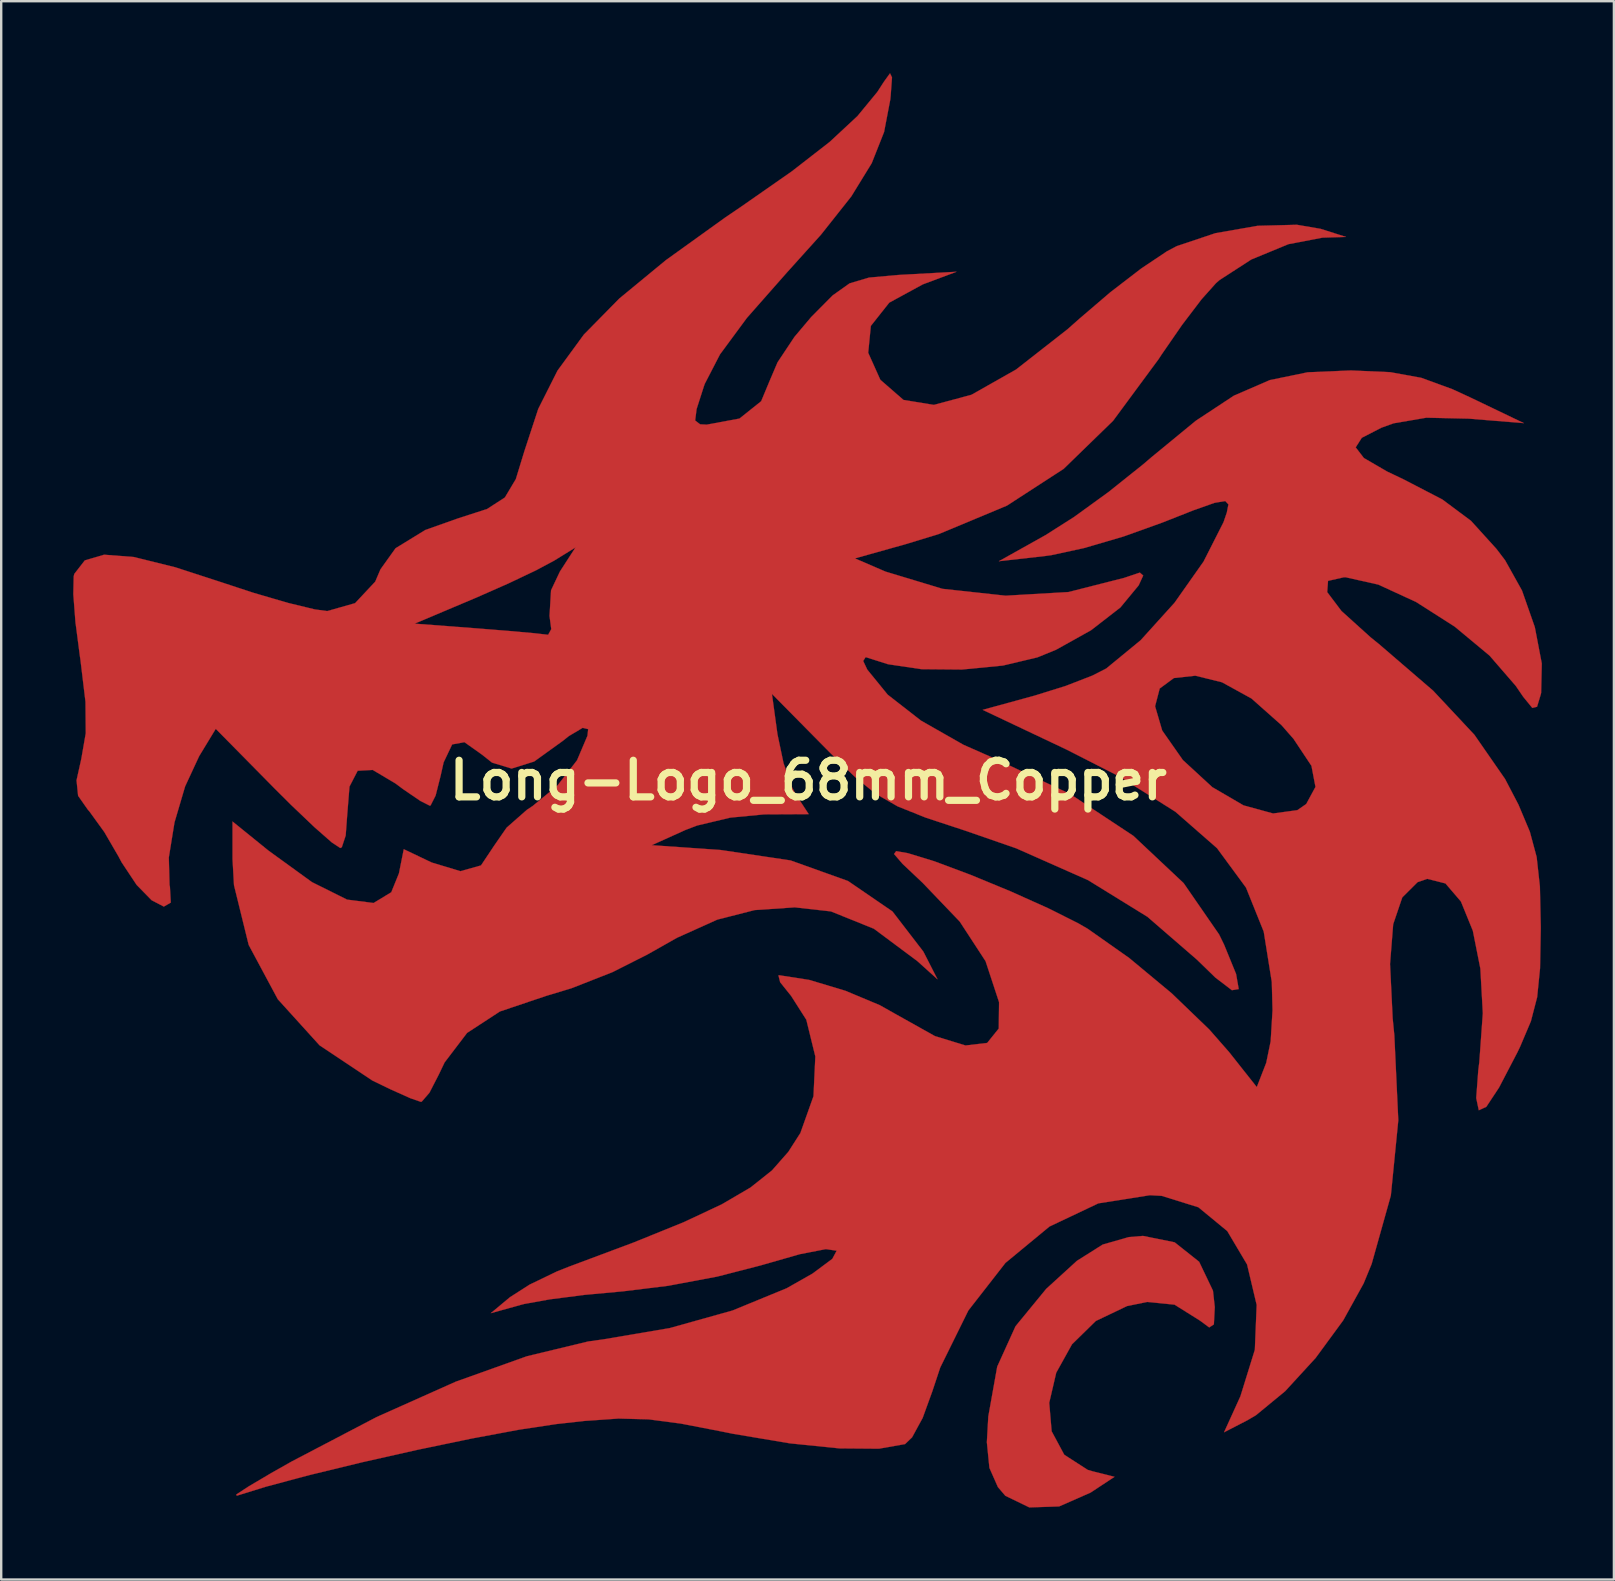
<source format=kicad_pcb>
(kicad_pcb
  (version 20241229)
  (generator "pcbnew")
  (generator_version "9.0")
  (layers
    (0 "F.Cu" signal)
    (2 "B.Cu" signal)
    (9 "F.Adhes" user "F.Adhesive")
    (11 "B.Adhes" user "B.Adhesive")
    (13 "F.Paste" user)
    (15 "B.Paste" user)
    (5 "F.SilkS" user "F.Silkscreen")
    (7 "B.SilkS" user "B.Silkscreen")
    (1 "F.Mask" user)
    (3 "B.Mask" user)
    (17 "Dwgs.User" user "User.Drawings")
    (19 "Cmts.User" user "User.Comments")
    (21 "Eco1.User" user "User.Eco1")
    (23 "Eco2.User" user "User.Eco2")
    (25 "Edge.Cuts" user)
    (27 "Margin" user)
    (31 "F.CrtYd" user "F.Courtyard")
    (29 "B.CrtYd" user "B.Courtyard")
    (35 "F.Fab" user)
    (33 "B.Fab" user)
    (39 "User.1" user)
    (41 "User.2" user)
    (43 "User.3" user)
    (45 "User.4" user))
  (footprint "Long-Logo_68mm_Copper"
    (layer "F.Cu")
    (at 30.627 29.459)
    (property "Reference" "Long-Logo_68mm_Copper" (at 0 0 0) (layer "F.SilkS") (effects (font (size 1.524 1.524) (thickness 0.3))))
    (attr through_hole)
    (fp_poly (pts (xy 15.261 19.249) (xy 16.282 20.059) (xy 16.858 21.265) (xy 16.933 21.947) (xy 16.896 22.668) (xy 16.702 22.795) (xy 16.316 22.51) (xy 15.257 21.846) (xy 14.117 21.733) (xy 13.278 21.904) (xy 11.978 22.525) (xy 10.985 23.497) (xy 10.328 24.68) (xy 10.036 25.935) (xy 10.137 27.121) (xy 10.662 28.099) (xy 11.639 28.729) (xy 11.85 28.791) (xy 12.756 29.018) (xy 11.758 29.676) (xy 10.449 30.252) (xy 9.208 30.293) (xy 8.208 29.809) (xy 7.898 29.446) (xy 7.544 28.645) (xy 7.438 27.577) (xy 7.498 26.504) (xy 7.869 24.43) (xy 8.632 22.746) (xy 9.906 21.193) (xy 9.923 21.176) (xy 11.19 20.02) (xy 12.265 19.342) (xy 13.348 19.032) (xy 13.942 18.982) (xy 15.261 19.249)) (stroke (width 0.01) (type solid)) (fill yes) (layer "F.Cu"))
    (fp_poly (pts (xy 24.244 -17.003) (xy 25.534 -16.769) (xy 26.833 -16.294) (xy 27.547 -15.965) (xy 29.81 -14.88) (xy 27.517 -15.067) (xy 25.748 -15.107) (xy 24.383 -14.873) (xy 23.875 -14.69) (xy 23.058 -14.269) (xy 22.804 -13.871) (xy 23.145 -13.427) (xy 24.111 -12.865) (xy 24.815 -12.529) (xy 26.415 -11.699) (xy 27.607 -10.811) (xy 28.668 -9.641) (xy 29.03 -9.165) (xy 29.733 -7.905) (xy 30.267 -6.381) (xy 30.557 -4.868) (xy 30.53 -3.644) (xy 30.514 -3.574) (xy 30.359 -3.064) (xy 30.163 -3.015) (xy 29.786 -3.476) (xy 29.47 -3.938) (xy 28.38 -5.196) (xy 26.933 -6.4) (xy 25.324 -7.427) (xy 23.746 -8.154) (xy 22.395 -8.457) (xy 22.313 -8.459) (xy 21.652 -8.309) (xy 21.617 -7.84) (xy 22.21 -7.054) (xy 23.428 -5.954) (xy 23.764 -5.683) (xy 26.032 -3.732) (xy 27.749 -1.897) (xy 29.028 -0.053) (xy 29.586 1.016) (xy 30.06 2.143) (xy 30.343 3.195) (xy 30.479 4.429) (xy 30.515 6.101) (xy 30.515 6.174) (xy 30.485 7.83) (xy 30.364 9.035) (xy 30.103 10.04) (xy 29.655 11.096) (xy 29.537 11.341) (xy 28.776 12.801) (xy 28.246 13.603) (xy 27.933 13.747) (xy 27.826 13.239) (xy 27.912 12.08) (xy 27.955 11.736) (xy 28.101 9.704) (xy 27.999 7.848) (xy 27.684 6.265) (xy 27.188 5.049) (xy 26.544 4.297) (xy 25.784 4.105) (xy 25.383 4.243) (xy 24.746 4.877) (xy 24.366 5.996) (xy 24.235 7.654) (xy 24.344 9.909) (xy 24.414 10.625) (xy 24.579 14.165) (xy 24.269 17.298) (xy 23.468 20.152) (xy 23.135 20.961) (xy 22.284 22.5) (xy 21.137 24.064) (xy 19.867 25.449) (xy 18.646 26.454) (xy 18.292 26.662) (xy 17.32 27.164) (xy 18.001 25.665) (xy 18.603 23.724) (xy 18.679 21.857) (xy 18.279 20.171) (xy 17.453 18.779) (xy 16.251 17.789) (xy 14.722 17.313) (xy 14.229 17.286) (xy 12.081 17.626) (xy 10.046 18.591) (xy 8.213 20.105) (xy 6.667 22.088) (xy 5.496 24.462) (xy 5.167 25.452) (xy 4.764 26.563) (xy 4.322 27.374) (xy 4.029 27.655) (xy 2.939 27.847) (xy 1.298 27.834) (xy -0.768 27.624) (xy -3.138 27.226) (xy -3.556 27.141) (xy -5.304 26.802) (xy -6.658 26.624) (xy -7.909 26.591) (xy -9.347 26.692) (xy -10.503 26.821) (xy -12.048 27.054) (xy -14.04 27.426) (xy -16.285 27.893) (xy -18.589 28.412) (xy -20.759 28.939) (xy -22.601 29.431) (xy -23.812 29.806) (xy -23.833 29.756) (xy -23.328 29.425) (xy -22.394 28.872) (xy -21.519 28.377) (xy -17.981 26.526) (xy -14.689 25.055) (xy -11.726 23.996) (xy -9.172 23.38) (xy -8.541 23.292) (xy -5.779 22.823) (xy -3.162 22.091) (xy -0.903 21.163) (xy 0.172 20.553) (xy 0.998 19.939) (xy 1.181 19.598) (xy 0.729 19.532) (xy -0.351 19.742) (xy -2.007 20.216) (xy -3.791 20.675) (xy -5.843 21.06) (xy -7.725 21.291) (xy -7.761 21.294) (xy -9.322 21.438) (xy -10.766 21.624) (xy -11.831 21.816) (xy -11.994 21.858) (xy -13.229 22.201) (xy -12.43 21.535) (xy -11.612 21.011) (xy -10.475 20.463) (xy -9.96 20.259) (xy -7.291 19.261) (xy -5.205 18.416) (xy -3.609 17.668) (xy -2.41 16.966) (xy -1.516 16.255) (xy -0.835 15.482) (xy -0.331 14.695) (xy 0.215 13.161) (xy 0.292 11.507) (xy -0.084 9.975) (xy -0.716 8.984) (xy -1.174 8.413) (xy -1.245 8.129) (xy -1.208 8.123) (xy 0.039 8.317) (xy 1.546 8.77) (xy 2.977 9.369) (xy 3.668 9.758) (xy 5.272 10.656) (xy 6.548 11.048) (xy 7.451 10.942) (xy 7.933 10.343) (xy 7.946 9.256) (xy 7.94 9.225) (xy 7.384 7.536) (xy 6.31 5.889) (xy 4.761 4.27) (xy 3.924 3.48) (xy 3.571 3.07) (xy 3.659 2.951) (xy 4.143 3.036) (xy 4.146 3.036) (xy 5.256 3.376) (xy 6.758 3.938) (xy 8.415 4.622) (xy 9.99 5.329) (xy 11.249 5.96) (xy 11.642 6.188) (xy 13.367 7.403) (xy 15.137 8.874) (xy 16.705 10.383) (xy 17.529 11.323) (xy 18.684 12.782) (xy 19.077 11.771) (xy 19.262 10.874) (xy 19.34 9.574) (xy 19.309 8.405) (xy 18.973 6.305) (xy 18.234 4.47) (xy 17.028 2.829) (xy 15.292 1.31) (xy 12.965 -0.155) (xy 10.746 -1.286) (xy 7.264 -2.935) (xy 7.811 -3.085) (xy 14.446 -3.085) (xy 14.743 -2.073) (xy 15.604 -0.843) (xy 16.83 0.286) (xy 18.131 1.045) (xy 19.362 1.382) (xy 20.373 1.244) (xy 20.743 0.988) (xy 21.129 0.275) (xy 20.961 -0.603) (xy 20.215 -1.725) (xy 19.716 -2.295) (xy 18.462 -3.408) (xy 17.234 -4.084) (xy 16.126 -4.358) (xy 15.23 -4.26) (xy 14.639 -3.825) (xy 14.446 -3.085) (xy 7.811 -3.085) (xy 9.429 -3.528) (xy 10.718 -3.93) (xy 11.836 -4.363) (xy 12.411 -4.657) (xy 13.846 -5.836) (xy 15.257 -7.397) (xy 16.466 -9.113) (xy 17.298 -10.753) (xy 17.435 -11.154) (xy 17.502 -11.494) (xy 17.37 -11.635) (xy 16.924 -11.56) (xy 16.049 -11.251) (xy 14.738 -10.734) (xy 13.13 -10.157) (xy 11.491 -9.677) (xy 10.124 -9.38) (xy 9.878 -9.346) (xy 7.938 -9.127) (xy 9.881 -10.214) (xy 11.074 -10.972) (xy 12.517 -12.018) (xy 13.943 -13.158) (xy 14.29 -13.455) (xy 16.144 -14.979) (xy 17.732 -16.026) (xy 19.228 -16.674) (xy 20.807 -16.999) (xy 22.608 -17.075) (xy 24.244 -17.003)) (stroke (width 0.01) (type solid)) (fill yes) (layer "F.Cu"))
    (fp_poly (pts (xy 3.486 -29.284) (xy 3.43 -28.513) (xy 3.414 -28.36) (xy 3.156 -27.011) (xy 2.64 -25.709) (xy 1.789 -24.325) (xy 0.529 -22.735) (xy -0.904 -21.144) (xy -2.558 -19.267) (xy -3.681 -17.745) (xy -4.315 -16.518) (xy -4.346 -16.431) (xy -4.656 -15.465) (xy -4.715 -14.989) (xy -4.509 -14.831) (xy -4.235 -14.817) (xy -2.87 -15.07) (xy -1.965 -15.793) (xy -1.643 -16.567) (xy -1.283 -17.413) (xy -0.576 -18.476) (xy 0.122 -19.303) (xy 1.013 -20.201) (xy 1.72 -20.704) (xy 2.529 -20.944) (xy 3.722 -21.051) (xy 3.921 -21.063) (xy 6.174 -21.187) (xy 4.767 -20.661) (xy 3.371 -19.9) (xy 2.604 -18.931) (xy 2.494 -17.812) (xy 2.999 -16.687) (xy 3.963 -15.847) (xy 5.231 -15.64) (xy 6.797 -16.062) (xy 8.654 -17.113) (xy 10.798 -18.791) (xy 11.289 -19.226) (xy 12.585 -20.335) (xy 13.865 -21.319) (xy 14.935 -22.035) (xy 15.346 -22.253) (xy 16.959 -22.794) (xy 18.722 -23.102) (xy 20.355 -23.144) (xy 21.343 -22.975) (xy 22.401 -22.638) (xy 21.42 -22.608) (xy 20 -22.336) (xy 18.454 -21.698) (xy 17.133 -20.843) (xy 16.98 -20.709) (xy 16.379 -20.036) (xy 15.571 -18.974) (xy 14.716 -17.736) (xy 14.599 -17.556) (xy 12.695 -14.976) (xy 10.637 -12.976) (xy 8.273 -11.443) (xy 5.447 -10.264) (xy 4.106 -9.853) (xy 1.94 -9.245) (xy 3.215 -8.695) (xy 5.589 -7.977) (xy 8.218 -7.691) (xy 10.836 -7.843) (xy 13.151 -8.431) (xy 13.812 -8.653) (xy 13.951 -8.531) (xy 13.763 -8.123) (xy 13 -7.2) (xy 11.778 -6.252) (xy 10.318 -5.438) (xy 9.545 -5.122) (xy 8.108 -4.781) (xy 6.4 -4.615) (xy 4.708 -4.63) (xy 3.32 -4.836) (xy 3.012 -4.934) (xy 2.388 -5.132) (xy 2.285 -4.972) (xy 2.457 -4.609) (xy 3.307 -3.566) (xy 4.694 -2.486) (xy 6.465 -1.478) (xy 7.769 -0.903) (xy 10.896 0.566) (xy 13.541 2.314) (xy 15.636 4.284) (xy 17.113 6.422) (xy 17.325 6.856) (xy 17.821 8.07) (xy 17.931 8.698) (xy 17.647 8.745) (xy 16.957 8.218) (xy 16.195 7.477) (xy 14.128 5.687) (xy 11.654 4.16) (xy 8.661 2.834) (xy 6.526 2.094) (xy 4.892 1.556) (xy 3.725 1.088) (xy 2.815 0.567) (xy 1.951 -0.131) (xy 0.922 -1.131) (xy 0.741 -1.314) (xy -1.517 -3.601) (xy -1.285 -1.912) (xy -1.033 -0.713) (xy -0.671 0.314) (xy -0.519 0.594) (xy 0.016 1.411) (xy -1.844 1.42) (xy -3.251 1.555) (xy -4.637 1.885) (xy -5.115 2.067) (xy -6.526 2.704) (xy -3.661 2.903) (xy -0.742 3.338) (xy 1.654 4.196) (xy 3.505 5.464) (xy 4.789 7.133) (xy 4.841 7.232) (xy 5.381 8.29) (xy 4.543 7.534) (xy 2.733 6.185) (xy 0.941 5.462) (xy -0.565 5.293) (xy -2.237 5.407) (xy -3.793 5.804) (xy -5.471 6.56) (xy -6.703 7.257) (xy -8.168 7.996) (xy -9.869 8.664) (xy -10.927 8.983) (xy -12.852 9.632) (xy -14.218 10.524) (xy -15.155 11.755) (xy -15.396 12.259) (xy -15.786 13.017) (xy -16.108 13.389) (xy -16.144 13.396) (xy -16.581 13.245) (xy -17.43 12.864) (xy -18.168 12.506) (xy -20.363 11.042) (xy -22.103 9.121) (xy -23.316 6.859) (xy -23.928 4.371) (xy -23.989 3.287) (xy -23.989 1.717) (xy -22.49 2.931) (xy -20.68 4.243) (xy -19.218 4.971) (xy -18.113 5.112) (xy -17.376 4.665) (xy -17.056 3.877) (xy -16.855 2.871) (xy -15.691 3.426) (xy -14.495 3.787) (xy -13.637 3.546) (xy -13.073 2.7) (xy -12.571 1.974) (xy -11.725 1.23) (xy -11.482 1.069) (xy -10.454 0.221) (xy -9.636 -0.834) (xy -9.202 -1.855) (xy -9.172 -2.131) (xy -9.402 -2.186) (xy -9.979 -1.842) (xy -10.229 -1.643) (xy -11.423 -0.783) (xy -12.362 -0.489) (xy -13.177 -0.737) (xy -13.586 -1.062) (xy -14.326 -1.588) (xy -14.839 -1.495) (xy -15.194 -0.749) (xy -15.322 -0.18) (xy -15.528 0.634) (xy -15.737 1.046) (xy -15.769 1.058) (xy -16.158 0.863) (xy -16.878 0.372) (xy -17.194 0.136) (xy -18.148 -0.432) (xy -18.776 -0.398) (xy -19.117 0.262) (xy -19.21 1.421) (xy -19.275 2.301) (xy -19.436 2.788) (xy -19.5 2.822) (xy -19.856 2.586) (xy -20.58 1.95) (xy -21.553 1.023) (xy -22.239 0.339) (xy -24.688 -2.145) (xy -25.382 -1.002) (xy -25.965 0.254) (xy -26.407 1.753) (xy -26.644 3.216) (xy -26.614 4.361) (xy -26.598 4.432) (xy -26.562 5.095) (xy -26.852 5.262) (xy -27.361 4.996) (xy -27.983 4.36) (xy -28.611 3.415) (xy -28.738 3.175) (xy -29.332 2.153) (xy -29.955 1.293) (xy -30.019 1.221) (xy -30.423 0.645) (xy -30.488 0.000475) (xy -30.289 -0.896) (xy -30.104 -1.963) (xy -30.115 -3.268) (xy -30.326 -5.022) (xy -30.348 -5.168) (xy -30.525 -6.526) (xy -16.404 -6.526) (xy -13.758 -6.325) (xy -12.448 -6.22) (xy -11.42 -6.128) (xy -10.87 -6.066) (xy -10.841 -6.061) (xy -10.71 -6.298) (xy -10.783 -6.846) (xy -10.719 -7.916) (xy -10.349 -8.698) (xy -9.701 -9.701) (xy -10.583 -9.156) (xy -11.344 -8.749) (xy -12.515 -8.193) (xy -13.85 -7.604) (xy -13.935 -7.569) (xy -16.404 -6.526) (xy -30.525 -6.526) (xy -30.532 -6.573) (xy -30.622 -7.751) (xy -30.606 -8.497) (xy -30.582 -8.597) (xy -30.143 -9.162) (xy -29.34 -9.398) (xy -28.105 -9.303) (xy -26.369 -8.873) (xy -24.722 -8.338) (xy -23.117 -7.811) (xy -21.67 -7.388) (xy -20.562 -7.12) (xy -20.045 -7.05) (xy -18.883 -7.38) (xy -18.044 -8.277) (xy -17.825 -8.79) (xy -17.197 -9.668) (xy -15.957 -10.429) (xy -14.608 -10.907) (xy -13.382 -11.304) (xy -12.643 -11.782) (xy -12.186 -12.549) (xy -11.832 -13.706) (xy -11.251 -15.476) (xy -10.451 -17.066) (xy -9.353 -18.568) (xy -7.874 -20.072) (xy -5.935 -21.67) (xy -3.455 -23.452) (xy -2.794 -23.901) (xy -0.688 -25.37) (xy 0.893 -26.599) (xy 2.047 -27.672) (xy 2.874 -28.677) (xy 3.15 -29.104) (xy 3.403 -29.454) (xy 3.486 -29.284)) (stroke (width 0.01) (type solid)) (fill yes) (layer "F.Cu")))
  (gr_rect
    (start -3 -3)
    (end 64.189 62.757)
    (stroke (width 0.1) (type default))
    (fill no)
    (layer "Edge.Cuts")))
</source>
